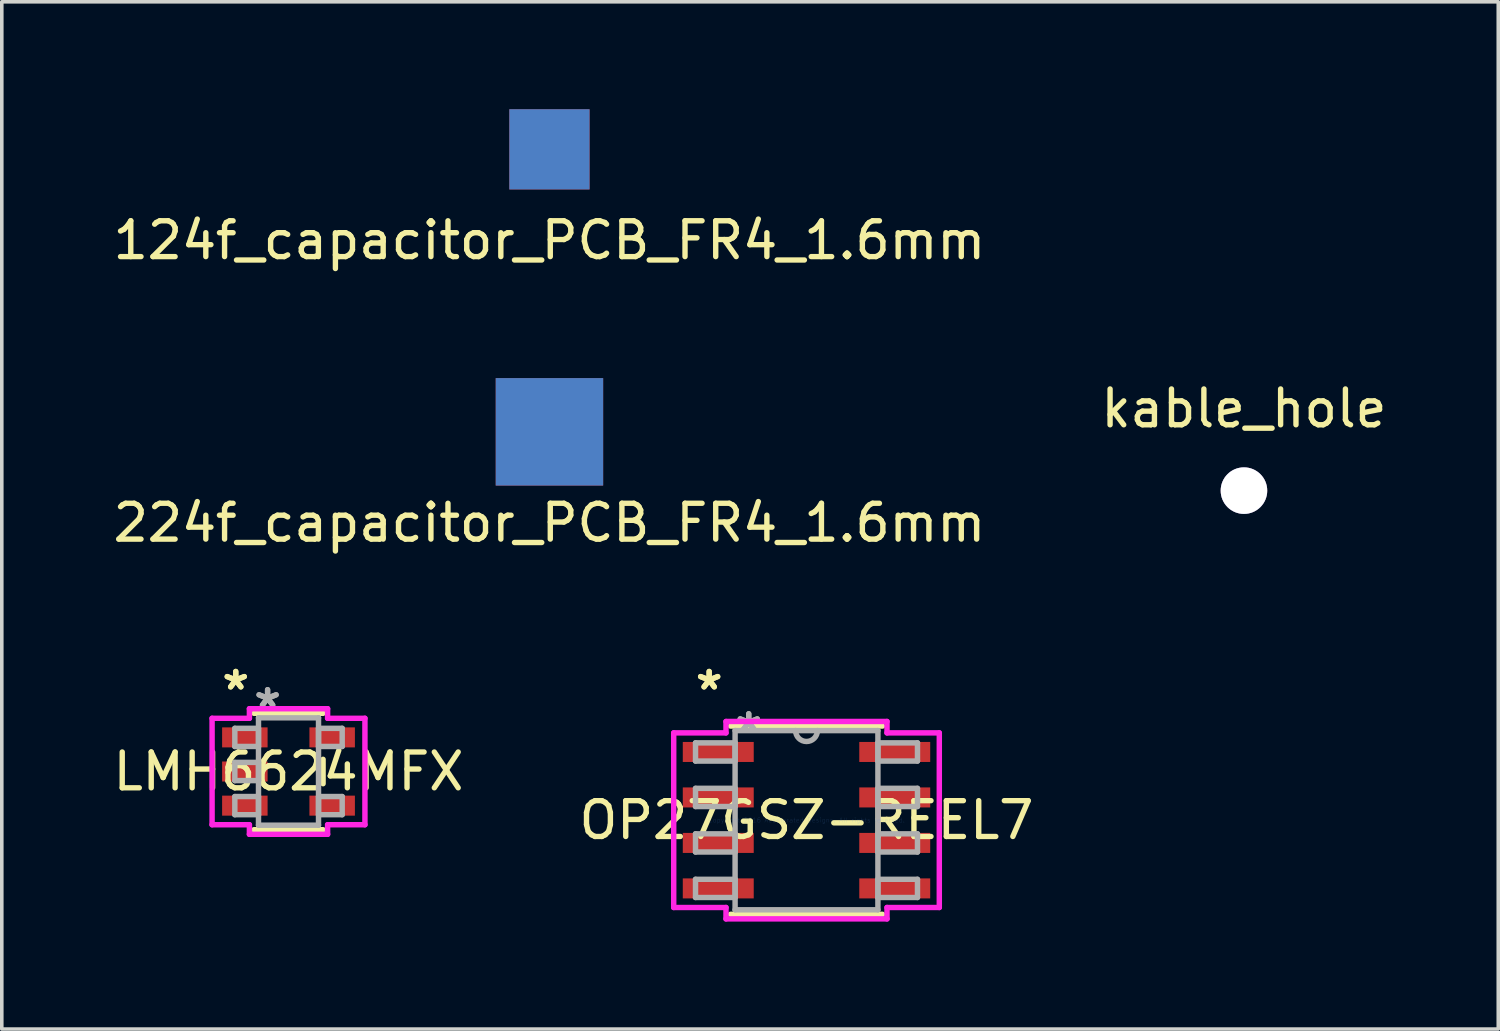
<source format=kicad_pcb>
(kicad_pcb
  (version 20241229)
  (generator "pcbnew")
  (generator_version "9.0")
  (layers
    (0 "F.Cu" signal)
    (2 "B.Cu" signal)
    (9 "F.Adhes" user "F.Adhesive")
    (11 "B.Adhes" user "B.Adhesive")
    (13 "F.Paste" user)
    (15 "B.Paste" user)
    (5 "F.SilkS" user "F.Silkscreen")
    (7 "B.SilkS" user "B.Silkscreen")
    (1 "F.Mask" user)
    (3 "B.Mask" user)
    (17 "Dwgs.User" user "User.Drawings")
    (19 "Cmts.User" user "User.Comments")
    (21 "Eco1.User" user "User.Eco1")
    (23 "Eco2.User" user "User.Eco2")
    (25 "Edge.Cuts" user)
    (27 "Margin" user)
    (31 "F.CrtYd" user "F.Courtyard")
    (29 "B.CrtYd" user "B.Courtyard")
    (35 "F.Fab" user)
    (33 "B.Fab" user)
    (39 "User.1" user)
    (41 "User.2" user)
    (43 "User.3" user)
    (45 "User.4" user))
  (footprint "OP27GSZ-REEL7"
    (layer "F.Cu")
    (at 19.47 19.852)
    (property "Reference" "OP27GSZ-REEL7" (at 0 0 0) (layer "F.SilkS") (effects (font (size 1 1) (thickness 0.15))))
    (attr through_hole)
    (fp_line (start -2.121 2.629) (end 2.121 2.629) (stroke (width 0.152) (type solid)) (layer "F.SilkS"))
    (fp_line (start 2.121 -2.629) (end -2.121 -2.629) (stroke (width 0.152) (type solid)) (layer "F.SilkS"))
    (fp_line (start -3.708 -2.438) (end -2.248 -2.438) (stroke (width 0.152) (type solid)) (layer "F.CrtYd"))
    (fp_line (start -3.708 2.438) (end -3.708 -2.438) (stroke (width 0.152) (type solid)) (layer "F.CrtYd"))
    (fp_line (start -2.248 -2.756) (end 2.248 -2.756) (stroke (width 0.152) (type solid)) (layer "F.CrtYd"))
    (fp_line (start -2.248 -2.438) (end -2.248 -2.756) (stroke (width 0.152) (type solid)) (layer "F.CrtYd"))
    (fp_line (start -2.248 2.438) (end -3.708 2.438) (stroke (width 0.152) (type solid)) (layer "F.CrtYd"))
    (fp_line (start -2.248 2.756) (end -2.248 2.438) (stroke (width 0.152) (type solid)) (layer "F.CrtYd"))
    (fp_line (start 2.248 -2.756) (end 2.248 -2.438) (stroke (width 0.152) (type solid)) (layer "F.CrtYd"))
    (fp_line (start 2.248 -2.438) (end 3.708 -2.438) (stroke (width 0.152) (type solid)) (layer "F.CrtYd"))
    (fp_line (start 2.248 2.438) (end 2.248 2.756) (stroke (width 0.152) (type solid)) (layer "F.CrtYd"))
    (fp_line (start 2.248 2.756) (end -2.248 2.756) (stroke (width 0.152) (type solid)) (layer "F.CrtYd"))
    (fp_line (start 3.708 -2.438) (end 3.708 2.438) (stroke (width 0.152) (type solid)) (layer "F.CrtYd"))
    (fp_line (start 3.708 2.438) (end 2.248 2.438) (stroke (width 0.152) (type solid)) (layer "F.CrtYd"))
    (fp_line (start -3.099 -2.159) (end -3.099 -1.651) (stroke (width 0.152) (type solid)) (layer "F.Fab"))
    (fp_line (start -3.099 -1.651) (end -1.994 -1.651) (stroke (width 0.152) (type solid)) (layer "F.Fab"))
    (fp_line (start -3.099 -0.889) (end -3.099 -0.381) (stroke (width 0.152) (type solid)) (layer "F.Fab"))
    (fp_line (start -3.099 -0.381) (end -1.994 -0.381) (stroke (width 0.152) (type solid)) (layer "F.Fab"))
    (fp_line (start -3.099 0.381) (end -3.099 0.889) (stroke (width 0.152) (type solid)) (layer "F.Fab"))
    (fp_line (start -3.099 0.889) (end -1.994 0.889) (stroke (width 0.152) (type solid)) (layer "F.Fab"))
    (fp_line (start -3.099 1.651) (end -3.099 2.159) (stroke (width 0.152) (type solid)) (layer "F.Fab"))
    (fp_line (start -3.099 2.159) (end -1.994 2.159) (stroke (width 0.152) (type solid)) (layer "F.Fab"))
    (fp_line (start -1.994 -2.502) (end -1.994 2.502) (stroke (width 0.152) (type solid)) (layer "F.Fab"))
    (fp_line (start -1.994 -2.159) (end -3.099 -2.159) (stroke (width 0.152) (type solid)) (layer "F.Fab"))
    (fp_line (start -1.994 -1.651) (end -1.994 -2.159) (stroke (width 0.152) (type solid)) (layer "F.Fab"))
    (fp_line (start -1.994 -0.889) (end -3.099 -0.889) (stroke (width 0.152) (type solid)) (layer "F.Fab"))
    (fp_line (start -1.994 -0.381) (end -1.994 -0.889) (stroke (width 0.152) (type solid)) (layer "F.Fab"))
    (fp_line (start -1.994 0.381) (end -3.099 0.381) (stroke (width 0.152) (type solid)) (layer "F.Fab"))
    (fp_line (start -1.994 0.889) (end -1.994 0.381) (stroke (width 0.152) (type solid)) (layer "F.Fab"))
    (fp_line (start -1.994 1.651) (end -3.099 1.651) (stroke (width 0.152) (type solid)) (layer "F.Fab"))
    (fp_line (start -1.994 2.159) (end -1.994 1.651) (stroke (width 0.152) (type solid)) (layer "F.Fab"))
    (fp_line (start -1.994 2.502) (end 1.994 2.502) (stroke (width 0.152) (type solid)) (layer "F.Fab"))
    (fp_line (start 1.994 -2.502) (end -1.994 -2.502) (stroke (width 0.152) (type solid)) (layer "F.Fab"))
    (fp_line (start 1.994 -2.159) (end 1.994 -1.651) (stroke (width 0.152) (type solid)) (layer "F.Fab"))
    (fp_line (start 1.994 -1.651) (end 3.099 -1.651) (stroke (width 0.152) (type solid)) (layer "F.Fab"))
    (fp_line (start 1.994 -0.889) (end 1.994 -0.381) (stroke (width 0.152) (type solid)) (layer "F.Fab"))
    (fp_line (start 1.994 -0.381) (end 3.099 -0.381) (stroke (width 0.152) (type solid)) (layer "F.Fab"))
    (fp_line (start 1.994 0.381) (end 1.994 0.889) (stroke (width 0.152) (type solid)) (layer "F.Fab"))
    (fp_line (start 1.994 0.889) (end 3.099 0.889) (stroke (width 0.152) (type solid)) (layer "F.Fab"))
    (fp_line (start 1.994 1.651) (end 1.994 2.159) (stroke (width 0.152) (type solid)) (layer "F.Fab"))
    (fp_line (start 1.994 2.159) (end 3.099 2.159) (stroke (width 0.152) (type solid)) (layer "F.Fab"))
    (fp_line (start 1.994 2.502) (end 1.994 -2.502) (stroke (width 0.152) (type solid)) (layer "F.Fab"))
    (fp_line (start 3.099 -2.159) (end 1.994 -2.159) (stroke (width 0.152) (type solid)) (layer "F.Fab"))
    (fp_line (start 3.099 -1.651) (end 3.099 -2.159) (stroke (width 0.152) (type solid)) (layer "F.Fab"))
    (fp_line (start 3.099 -0.889) (end 1.994 -0.889) (stroke (width 0.152) (type solid)) (layer "F.Fab"))
    (fp_line (start 3.099 -0.381) (end 3.099 -0.889) (stroke (width 0.152) (type solid)) (layer "F.Fab"))
    (fp_line (start 3.099 0.381) (end 1.994 0.381) (stroke (width 0.152) (type solid)) (layer "F.Fab"))
    (fp_line (start 3.099 0.889) (end 3.099 0.381) (stroke (width 0.152) (type solid)) (layer "F.Fab"))
    (fp_line (start 3.099 1.651) (end 1.994 1.651) (stroke (width 0.152) (type solid)) (layer "F.Fab"))
    (fp_line (start 3.099 2.159) (end 3.099 1.651) (stroke (width 0.152) (type solid)) (layer "F.Fab"))
    (fp_arc (start 0.3048 -2.5019) (mid 0 -2.1971) (end -0.3048 -2.5019) (stroke (width 0.1524) (type solid)) (layer "F.Fab"))
    (fp_text user "*" (at -2.718 -3.607 0) (layer "F.SilkS") (effects (font (size 1 1) (thickness 0.15))))
    (fp_text user "*" (at -2.718 -3.607 0) (layer "F.SilkS") (effects (font (size 1 1) (thickness 0.15))))
    (fp_text user "Copyright 2016 Accelerated Designs. All rights reserved." (at 0 0 0) (layer "Cmts.User") (effects (font (size 0.127 0.127) (thickness 0.002))))
    (fp_text user "*" (at -1.613 -2.426 0) (layer "F.Fab") (effects (font (size 1 1) (thickness 0.15))))
    (fp_text user "*" (at -1.613 -2.426 0) (layer "F.Fab") (effects (font (size 1 1) (thickness 0.15))))
    (pad "1" smd rect (at -2.464 -1.905) (size 1.981 0.559) (layers "F.Cu" "F.Mask" "F.Paste"))
    (pad "2" smd rect (at -2.464 -0.635) (size 1.981 0.559) (layers "F.Cu" "F.Mask" "F.Paste"))
    (pad "3" smd rect (at -2.464 0.635) (size 1.981 0.559) (layers "F.Cu" "F.Mask" "F.Paste"))
    (pad "4" smd rect (at -2.464 1.905) (size 1.981 0.559) (layers "F.Cu" "F.Mask" "F.Paste"))
    (pad "5" smd rect (at 2.464 1.905) (size 1.981 0.559) (layers "F.Cu" "F.Mask" "F.Paste"))
    (pad "6" smd rect (at 2.464 0.635) (size 1.981 0.559) (layers "F.Cu" "F.Mask" "F.Paste"))
    (pad "7" smd rect (at 2.464 -0.635) (size 1.981 0.559) (layers "F.Cu" "F.Mask" "F.Paste"))
    (pad "8" smd rect (at 2.464 -1.905) (size 1.981 0.559) (layers "F.Cu" "F.Mask" "F.Paste")))
  (footprint "124f_capacitor_PCB_FR4_1.6mm"
    (layer "F.Cu")
    (at 12.292 1.12)
    (property "Reference" "124f_capacitor_PCB_FR4_1.6mm" (at 0 2.54 0) (layer "F.SilkS") (effects (font (size 1 1) (thickness 0.15))))
    (attr through_hole)
    (pad "1" connect trapezoid (at 0 0) (size 2.24 2.24) (layers "F.Cu"))
    (pad "2" connect trapezoid (at 0 0) (size 2.24 2.24) (layers "B.Cu")))
  (footprint "LMH6624MFX"
    (layer "F.Cu")
    (at 5.006 18.493)
    (property "Reference" "LMH6624MFX" (at 0 0 0) (layer "F.SilkS") (effects (font (size 1 1) (thickness 0.15))))
    (attr through_hole)
    (fp_line (start -0.965 1.626) (end 0.965 1.626) (stroke (width 0.152) (type solid)) (layer "F.SilkS"))
    (fp_line (start 0.965 -1.626) (end -0.965 -1.626) (stroke (width 0.152) (type solid)) (layer "F.SilkS"))
    (fp_line (start 0.965 0.34) (end 0.965 -0.34) (stroke (width 0.152) (type solid)) (layer "F.SilkS"))
    (fp_line (start -2.134 -1.486) (end -1.092 -1.486) (stroke (width 0.152) (type solid)) (layer "F.CrtYd"))
    (fp_line (start -2.134 1.486) (end -2.134 -1.486) (stroke (width 0.152) (type solid)) (layer "F.CrtYd"))
    (fp_line (start -1.092 -1.753) (end 1.092 -1.753) (stroke (width 0.152) (type solid)) (layer "F.CrtYd"))
    (fp_line (start -1.092 -1.486) (end -1.092 -1.753) (stroke (width 0.152) (type solid)) (layer "F.CrtYd"))
    (fp_line (start -1.092 1.486) (end -2.134 1.486) (stroke (width 0.152) (type solid)) (layer "F.CrtYd"))
    (fp_line (start -1.092 1.753) (end -1.092 1.486) (stroke (width 0.152) (type solid)) (layer "F.CrtYd"))
    (fp_line (start 1.092 -1.753) (end 1.092 -1.486) (stroke (width 0.152) (type solid)) (layer "F.CrtYd"))
    (fp_line (start 1.092 -1.486) (end 2.134 -1.486) (stroke (width 0.152) (type solid)) (layer "F.CrtYd"))
    (fp_line (start 1.092 1.486) (end 1.092 1.753) (stroke (width 0.152) (type solid)) (layer "F.CrtYd"))
    (fp_line (start 1.092 1.753) (end -1.092 1.753) (stroke (width 0.152) (type solid)) (layer "F.CrtYd"))
    (fp_line (start 2.134 -1.486) (end 2.134 1.486) (stroke (width 0.152) (type solid)) (layer "F.CrtYd"))
    (fp_line (start 2.134 1.486) (end 1.092 1.486) (stroke (width 0.152) (type solid)) (layer "F.CrtYd"))
    (fp_line (start -1.499 -1.206) (end -1.499 -0.699) (stroke (width 0.152) (type solid)) (layer "F.Fab"))
    (fp_line (start -1.499 -0.699) (end -0.838 -0.699) (stroke (width 0.152) (type solid)) (layer "F.Fab"))
    (fp_line (start -1.499 -0.254) (end -1.499 0.254) (stroke (width 0.152) (type solid)) (layer "F.Fab"))
    (fp_line (start -1.499 0.254) (end -0.838 0.254) (stroke (width 0.152) (type solid)) (layer "F.Fab"))
    (fp_line (start -1.499 0.699) (end -1.499 1.206) (stroke (width 0.152) (type solid)) (layer "F.Fab"))
    (fp_line (start -1.499 1.206) (end -0.838 1.206) (stroke (width 0.152) (type solid)) (layer "F.Fab"))
    (fp_line (start -0.838 -1.499) (end -0.838 1.499) (stroke (width 0.152) (type solid)) (layer "F.Fab"))
    (fp_line (start -0.838 -1.206) (end -1.499 -1.206) (stroke (width 0.152) (type solid)) (layer "F.Fab"))
    (fp_line (start -0.838 -0.699) (end -0.838 -1.206) (stroke (width 0.152) (type solid)) (layer "F.Fab"))
    (fp_line (start -0.838 -0.254) (end -1.499 -0.254) (stroke (width 0.152) (type solid)) (layer "F.Fab"))
    (fp_line (start -0.838 0.254) (end -0.838 -0.254) (stroke (width 0.152) (type solid)) (layer "F.Fab"))
    (fp_line (start -0.838 0.699) (end -1.499 0.699) (stroke (width 0.152) (type solid)) (layer "F.Fab"))
    (fp_line (start -0.838 1.206) (end -0.838 0.699) (stroke (width 0.152) (type solid)) (layer "F.Fab"))
    (fp_line (start -0.838 1.499) (end 0.838 1.499) (stroke (width 0.152) (type solid)) (layer "F.Fab"))
    (fp_line (start 0.838 -1.499) (end -0.838 -1.499) (stroke (width 0.152) (type solid)) (layer "F.Fab"))
    (fp_line (start 0.838 -1.206) (end 0.838 -0.699) (stroke (width 0.152) (type solid)) (layer "F.Fab"))
    (fp_line (start 0.838 -0.699) (end 1.499 -0.699) (stroke (width 0.152) (type solid)) (layer "F.Fab"))
    (fp_line (start 0.838 0.699) (end 0.838 1.206) (stroke (width 0.152) (type solid)) (layer "F.Fab"))
    (fp_line (start 0.838 1.206) (end 1.499 1.206) (stroke (width 0.152) (type solid)) (layer "F.Fab"))
    (fp_line (start 0.838 1.499) (end 0.838 -1.499) (stroke (width 0.152) (type solid)) (layer "F.Fab"))
    (fp_line (start 1.499 -1.206) (end 0.838 -1.206) (stroke (width 0.152) (type solid)) (layer "F.Fab"))
    (fp_line (start 1.499 -0.699) (end 1.499 -1.206) (stroke (width 0.152) (type solid)) (layer "F.Fab"))
    (fp_line (start 1.499 0.699) (end 0.838 0.699) (stroke (width 0.152) (type solid)) (layer "F.Fab"))
    (fp_line (start 1.499 1.206) (end 1.499 0.699) (stroke (width 0.152) (type solid)) (layer "F.Fab"))
    (fp_text user "*" (at -1.473 -2.248 0) (layer "F.SilkS") (effects (font (size 1 1) (thickness 0.15))))
    (fp_text user "*" (at -1.473 -2.248 0) (layer "F.SilkS") (effects (font (size 1 1) (thickness 0.15))))
    (fp_text user "*" (at -0.584 -1.74 0) (layer "F.Fab") (effects (font (size 1 1) (thickness 0.15))))
    (fp_text user "*" (at -0.584 -1.74 0) (layer "F.Fab") (effects (font (size 1 1) (thickness 0.15))))
    (pad "1" smd rect (at -1.219 -0.953) (size 1.27 0.559) (layers "F.Cu" "F.Mask" "F.Paste"))
    (pad "2" smd rect (at -1.219 0) (size 1.27 0.559) (layers "F.Cu" "F.Mask" "F.Paste"))
    (pad "3" smd rect (at -1.219 0.953) (size 1.27 0.559) (layers "F.Cu" "F.Mask" "F.Paste"))
    (pad "4" smd rect (at 1.219 0.953) (size 1.27 0.559) (layers "F.Cu" "F.Mask" "F.Paste"))
    (pad "5" smd rect (at 1.219 -0.953) (size 1.27 0.559) (layers "F.Cu" "F.Mask" "F.Paste")))
  (footprint "224f_capacitor_PCB_FR4_1.6mm"
    (layer "F.Cu")
    (at 12.292 9.008)
    (property "Reference" "224f_capacitor_PCB_FR4_1.6mm" (at 0 2.54 0) (layer "F.SilkS") (effects (font (size 1 1) (thickness 0.15))))
    (attr through_hole)
    (pad "1" connect trapezoid (at 0 0) (size 3 3) (layers "F.Cu"))
    (pad "2" connect trapezoid (at 0 0) (size 3 3) (layers "B.Cu")))
  (footprint "kable_hole"
    (layer "F.Cu")
    (at 31.685 10.65)
    (property "Reference" "kable_hole" (at 0 -2.294 0) (layer "F.SilkS") (effects (font (size 1 1) (thickness 0.15))))
    (attr through_hole)
    (pad "1" thru_hole circle (at 0 0) (size 1.3 1.3) (drill 1.3) (layers "*.Cu" "*.Mask")))
  (gr_rect
    (start -3 -3)
    (end 38.786 25.684)
    (stroke (width 0.1) (type default))
    (fill no)
    (layer "Edge.Cuts")))
</source>
